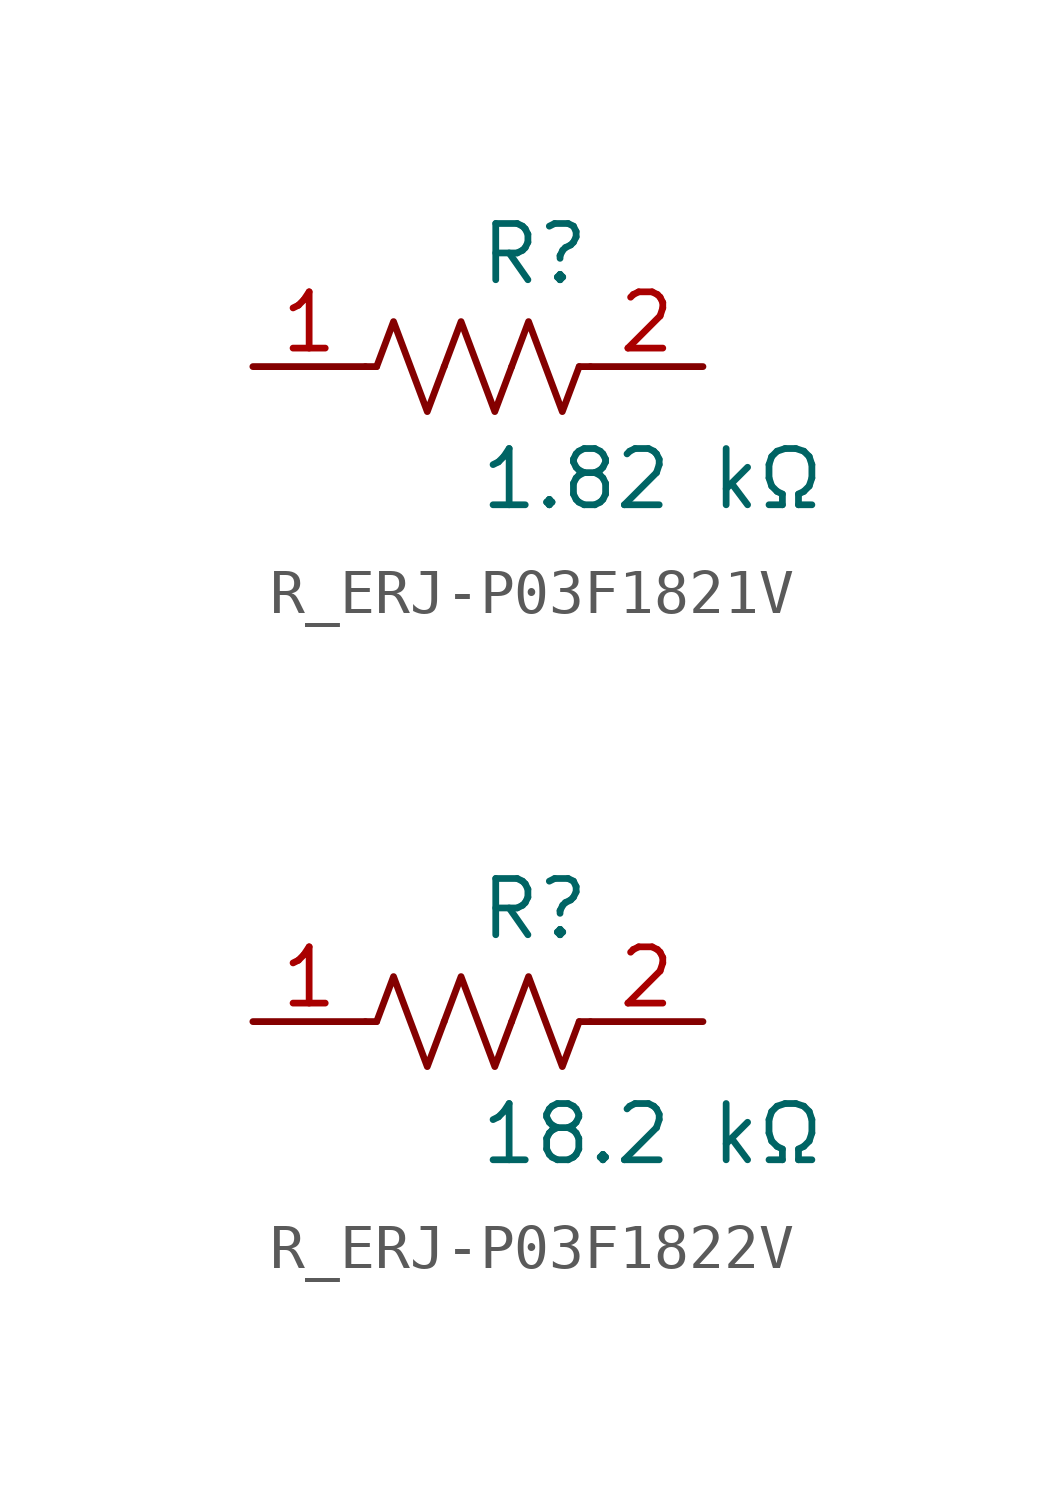
<source format=kicad_sym>
(kicad_symbol_lib
  (version 20231120)
  (generator kicad_symbol_editor)
  (generator_version 8.0)
  (symbol "R_ERJ-P03F1821V"
    (pin_names
      (offset 0.254))
    (property "Reference" "R"
      (at 0.0 2.54 0)
      (effects (font (size 1.27 1.27)) (justify left)))
    (property "Value" "1.82 kΩ"
      (at 0.0 -2.54 0)
      (effects (font (size 1.27 1.27)) (justify left)))
    (symbol "R_ERJ-P03F1821V_0_1"
      (polyline (pts (xy 2.286 0) (xy 2.54 0)) (stroke (width 0) (type default)) (fill (type none)))
      (polyline (pts (xy -2.286 0) (xy -2.54 0)) (stroke (width 0) (type default)) (fill (type none)))
      (polyline (pts (xy 0.762 0) (xy 1.143 1.016) (xy 1.524 0) (xy 1.905 -1.016) (xy 2.286 0)) (stroke (width 0) (type default)) (fill (type none)))
      (polyline (pts (xy -0.762 0) (xy -0.381 1.016) (xy 0 0) (xy 0.381 -1.016) (xy 0.762 0)) (stroke (width 0) (type default)) (fill (type none)))
      (polyline (pts (xy -2.286 0) (xy -1.905 1.016) (xy -1.524 0) (xy -1.143 -1.016) (xy -0.762 0)) (stroke (width 0) (type default)) (fill (type none))))
    (pin unspecified line
      (at -5.08 0 0)
      (length 2.54)
      (name "" (effects (font (size 1.27 1.27))))
      (number "1" (effects (font (size 1.27 1.27)))))
    (pin unspecified line
      (at 5.08 0 180)
      (length 2.54)
      (name "" (effects (font (size 1.27 1.27))))
      (number "2" (effects (font (size 1.27 1.27))))))
  (symbol "R_ERJ-P03F1822V"
    (pin_names
      (offset 0.254))
    (property "Reference" "R"
      (at 0.0 2.54 0)
      (effects (font (size 1.27 1.27)) (justify left)))
    (property "Value" "18.2 kΩ"
      (at 0.0 -2.54 0)
      (effects (font (size 1.27 1.27)) (justify left)))
    (symbol "R_ERJ-P03F1822V_0_1"
      (polyline (pts (xy 2.286 0) (xy 2.54 0)) (stroke (width 0) (type default)) (fill (type none)))
      (polyline (pts (xy -2.286 0) (xy -2.54 0)) (stroke (width 0) (type default)) (fill (type none)))
      (polyline (pts (xy 0.762 0) (xy 1.143 1.016) (xy 1.524 0) (xy 1.905 -1.016) (xy 2.286 0)) (stroke (width 0) (type default)) (fill (type none)))
      (polyline (pts (xy -0.762 0) (xy -0.381 1.016) (xy 0 0) (xy 0.381 -1.016) (xy 0.762 0)) (stroke (width 0) (type default)) (fill (type none)))
      (polyline (pts (xy -2.286 0) (xy -1.905 1.016) (xy -1.524 0) (xy -1.143 -1.016) (xy -0.762 0)) (stroke (width 0) (type default)) (fill (type none))))
    (pin unspecified line
      (at -5.08 0 0)
      (length 2.54)
      (name "" (effects (font (size 1.27 1.27))))
      (number "1" (effects (font (size 1.27 1.27)))))
    (pin unspecified line
      (at 5.08 0 180)
      (length 2.54)
      (name "" (effects (font (size 1.27 1.27))))
      (number "2" (effects (font (size 1.27 1.27)))))))
</source>
